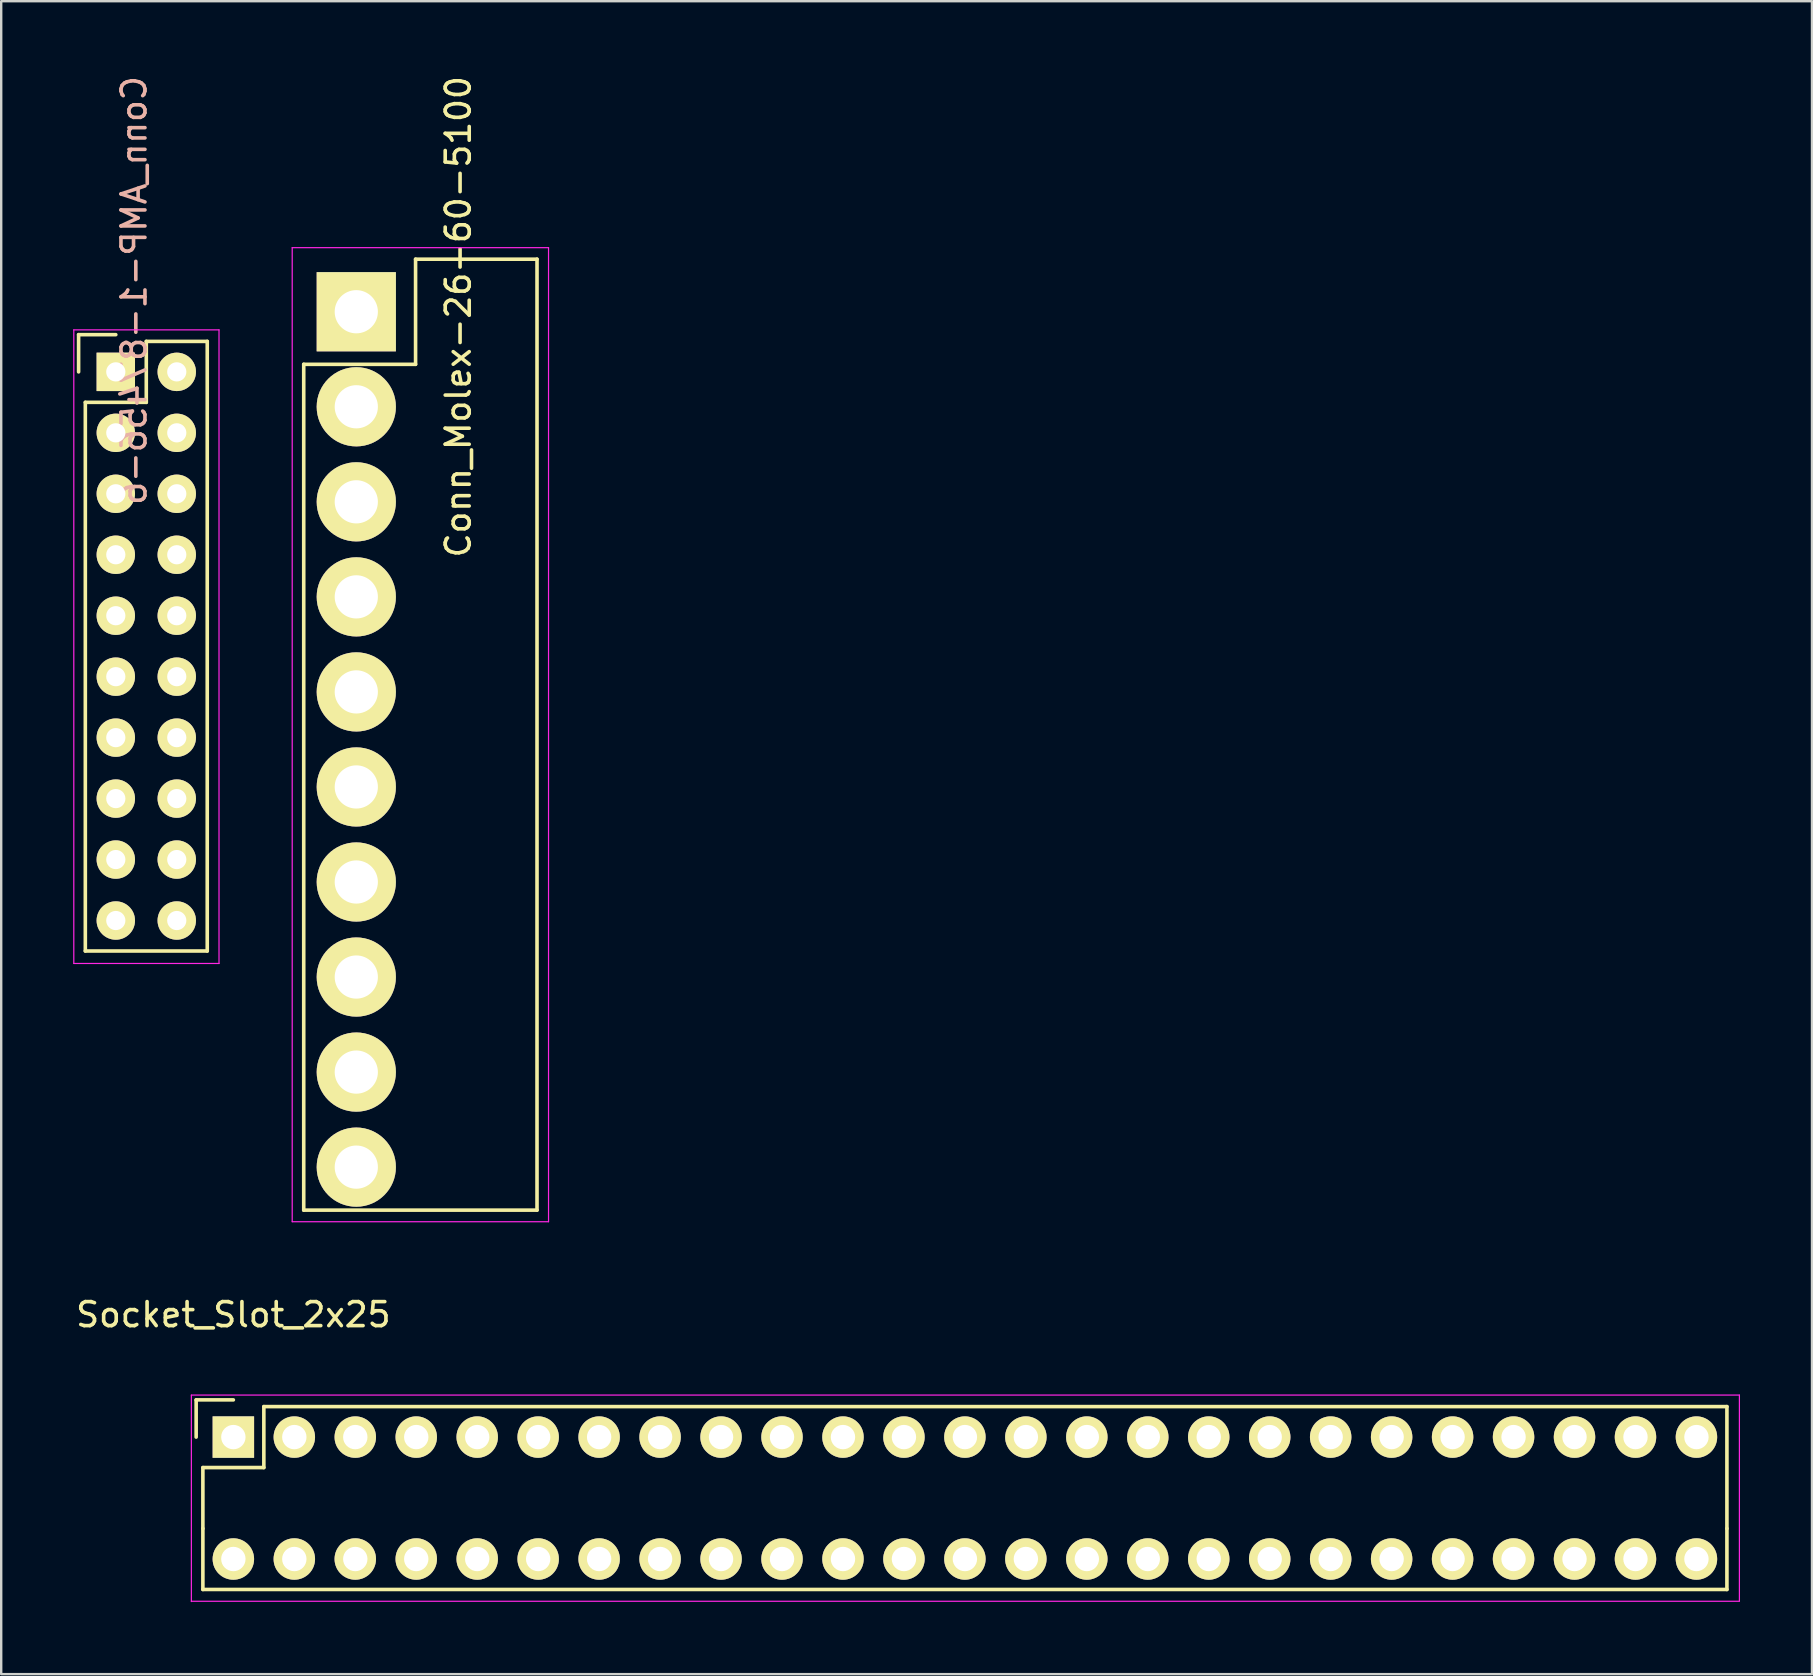
<source format=kicad_pcb>
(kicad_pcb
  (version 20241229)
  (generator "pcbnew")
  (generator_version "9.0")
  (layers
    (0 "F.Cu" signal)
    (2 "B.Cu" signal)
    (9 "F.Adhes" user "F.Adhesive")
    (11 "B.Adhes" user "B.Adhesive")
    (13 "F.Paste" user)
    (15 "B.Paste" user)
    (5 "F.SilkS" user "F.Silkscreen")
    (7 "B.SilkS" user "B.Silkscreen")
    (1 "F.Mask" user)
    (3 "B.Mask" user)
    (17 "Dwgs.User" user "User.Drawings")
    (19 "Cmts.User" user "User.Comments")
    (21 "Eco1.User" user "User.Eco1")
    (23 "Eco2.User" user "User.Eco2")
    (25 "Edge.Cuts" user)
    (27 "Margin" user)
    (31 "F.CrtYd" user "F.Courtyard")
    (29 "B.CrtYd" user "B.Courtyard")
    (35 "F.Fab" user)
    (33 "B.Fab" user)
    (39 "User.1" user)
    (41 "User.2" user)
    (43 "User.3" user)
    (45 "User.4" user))
  (footprint "Conn_AMP-1-87456-6"
    (layer "F.Cu")
    (at 1.775 12.444)
    (property "Reference" "Conn_AMP-1-87456-6" (at 0.76 -3.39 270) (layer "B.SilkS") (effects (font (size 1 1) (thickness 0.15)) (justify mirror)))
    (attr through_hole)
    (fp_line (start -1.55 -1.55) (end -1.55 0) (stroke (width 0.15) (type solid)) (layer "F.SilkS"))
    (fp_line (start -1.27 1.27) (end -1.27 24.13) (stroke (width 0.15) (type solid)) (layer "F.SilkS"))
    (fp_line (start 0 -1.55) (end -1.55 -1.55) (stroke (width 0.15) (type solid)) (layer "F.SilkS"))
    (fp_line (start 1.27 -1.27) (end 1.27 1.27) (stroke (width 0.15) (type solid)) (layer "F.SilkS"))
    (fp_line (start 1.27 1.27) (end -1.27 1.27) (stroke (width 0.15) (type solid)) (layer "F.SilkS"))
    (fp_line (start 3.81 -1.27) (end 1.27 -1.27) (stroke (width 0.15) (type solid)) (layer "F.SilkS"))
    (fp_line (start 3.81 24.13) (end -1.27 24.13) (stroke (width 0.15) (type solid)) (layer "F.SilkS"))
    (fp_line (start 3.81 24.13) (end 3.81 -1.27) (stroke (width 0.15) (type solid)) (layer "F.SilkS"))
    (fp_line (start -1.75 -1.75) (end -1.75 24.65) (stroke (width 0.05) (type solid)) (layer "F.CrtYd"))
    (fp_line (start -1.75 -1.75) (end 4.3 -1.75) (stroke (width 0.05) (type solid)) (layer "F.CrtYd"))
    (fp_line (start -1.75 24.65) (end 4.3 24.65) (stroke (width 0.05) (type solid)) (layer "F.CrtYd"))
    (fp_line (start 4.3 -1.75) (end 4.3 24.65) (stroke (width 0.05) (type solid)) (layer "F.CrtYd"))
    (pad "1" thru_hole rect (at 0 0) (size 1.6 1.6) (drill 0.8) (layers "*.Cu" "*.Mask" "F.SilkS"))
    (pad "2" thru_hole oval (at 2.54 0) (size 1.6 1.6) (drill 0.8) (layers "*.Cu" "*.Mask" "F.SilkS"))
    (pad "3" thru_hole oval (at 0 2.54) (size 1.6 1.6) (drill 0.8) (layers "*.Cu" "*.Mask" "F.SilkS"))
    (pad "4" thru_hole oval (at 2.54 2.54) (size 1.6 1.6) (drill 0.8) (layers "*.Cu" "*.Mask" "F.SilkS"))
    (pad "5" thru_hole oval (at 0 5.08) (size 1.6 1.6) (drill 0.8) (layers "*.Cu" "*.Mask" "F.SilkS"))
    (pad "6" thru_hole oval (at 2.54 5.08) (size 1.6 1.6) (drill 0.8) (layers "*.Cu" "*.Mask" "F.SilkS"))
    (pad "7" thru_hole oval (at 0 7.62) (size 1.6 1.6) (drill 0.8) (layers "*.Cu" "*.Mask" "F.SilkS"))
    (pad "8" thru_hole oval (at 2.54 7.62) (size 1.6 1.6) (drill 0.8) (layers "*.Cu" "*.Mask" "F.SilkS"))
    (pad "9" thru_hole oval (at 0 10.16) (size 1.6 1.6) (drill 0.8) (layers "*.Cu" "*.Mask" "F.SilkS"))
    (pad "10" thru_hole oval (at 2.54 10.16) (size 1.6 1.6) (drill 0.8) (layers "*.Cu" "*.Mask" "F.SilkS"))
    (pad "11" thru_hole oval (at 0 12.7) (size 1.6 1.6) (drill 0.8) (layers "*.Cu" "*.Mask" "F.SilkS"))
    (pad "12" thru_hole oval (at 2.54 12.7) (size 1.6 1.6) (drill 0.8) (layers "*.Cu" "*.Mask" "F.SilkS"))
    (pad "13" thru_hole oval (at 0 15.24) (size 1.6 1.6) (drill 0.8) (layers "*.Cu" "*.Mask" "F.SilkS"))
    (pad "14" thru_hole oval (at 2.54 15.24) (size 1.6 1.6) (drill 0.8) (layers "*.Cu" "*.Mask" "F.SilkS"))
    (pad "15" thru_hole oval (at 0 17.78) (size 1.6 1.6) (drill 0.8) (layers "*.Cu" "*.Mask" "F.SilkS"))
    (pad "16" thru_hole oval (at 2.54 17.78) (size 1.6 1.6) (drill 0.8) (layers "*.Cu" "*.Mask" "F.SilkS"))
    (pad "17" thru_hole oval (at 0 20.32) (size 1.6 1.6) (drill 0.8) (layers "*.Cu" "*.Mask" "F.SilkS"))
    (pad "18" thru_hole oval (at 2.54 20.32) (size 1.6 1.6) (drill 0.8) (layers "*.Cu" "*.Mask" "F.SilkS"))
    (pad "19" thru_hole oval (at 0 22.86) (size 1.6 1.6) (drill 0.8) (layers "*.Cu" "*.Mask" "F.SilkS"))
    (pad "20" thru_hole oval (at 2.54 22.86) (size 1.6 1.6) (drill 0.8) (layers "*.Cu" "*.Mask" "F.SilkS")))
  (footprint "Socket_Slot_2x25"
    (layer "F.Cu")
    (at 6.673 56.827)
    (property "Reference" "Socket_Slot_2x25" (at 0 -5.1 0) (layer "F.SilkS") (effects (font (size 1 1) (thickness 0.15))))
    (attr through_hole)
    (fp_line (start -1.55 -1.55) (end -1.55 0) (stroke (width 0.15) (type solid)) (layer "F.SilkS"))
    (fp_line (start -1.27 1.27) (end 1.27 1.27) (stroke (width 0.15) (type solid)) (layer "F.SilkS"))
    (fp_line (start -1.27 3.81) (end -1.27 1.27) (stroke (width 0.15) (type solid)) (layer "F.SilkS"))
    (fp_line (start -1.27 6.35) (end -1.27 3.81) (stroke (width 0.15) (type solid)) (layer "F.SilkS"))
    (fp_line (start 0 -1.55) (end -1.55 -1.55) (stroke (width 0.15) (type solid)) (layer "F.SilkS"))
    (fp_line (start 1.27 -1.27) (end 62.23 -1.27) (stroke (width 0.15) (type solid)) (layer "F.SilkS"))
    (fp_line (start 1.27 1.27) (end 1.27 -1.27) (stroke (width 0.15) (type solid)) (layer "F.SilkS"))
    (fp_line (start 62.23 3.81) (end 62.23 -1.27) (stroke (width 0.15) (type solid)) (layer "F.SilkS"))
    (fp_line (start 62.23 3.81) (end 62.23 6.35) (stroke (width 0.15) (type solid)) (layer "F.SilkS"))
    (fp_line (start 62.23 6.35) (end -1.27 6.35) (stroke (width 0.15) (type solid)) (layer "F.SilkS"))
    (fp_line (start -1.75 -1.75) (end -1.75 6.853) (stroke (width 0.05) (type solid)) (layer "F.CrtYd"))
    (fp_line (start -1.75 -1.75) (end 62.75 -1.75) (stroke (width 0.05) (type solid)) (layer "F.CrtYd"))
    (fp_line (start -1.75 6.84) (end 62.75 6.84) (stroke (width 0.05) (type solid)) (layer "F.CrtYd"))
    (fp_line (start 62.75 -1.75) (end 62.75 6.83) (stroke (width 0.05) (type solid)) (layer "F.CrtYd"))
    (pad "1" thru_hole rect (at 0 0) (size 1.727 1.727) (drill 1.016) (layers "*.Cu" "*.Mask" "F.SilkS"))
    (pad "2" thru_hole oval (at 0 5.08) (size 1.727 1.727) (drill 1.016) (layers "*.Cu" "*.Mask" "F.SilkS"))
    (pad "3" thru_hole oval (at 2.54 0) (size 1.727 1.727) (drill 1.016) (layers "*.Cu" "*.Mask" "F.SilkS"))
    (pad "4" thru_hole oval (at 2.54 5.08) (size 1.727 1.727) (drill 1.016) (layers "*.Cu" "*.Mask" "F.SilkS"))
    (pad "5" thru_hole oval (at 5.08 0) (size 1.727 1.727) (drill 1.016) (layers "*.Cu" "*.Mask" "F.SilkS"))
    (pad "6" thru_hole oval (at 5.08 5.08) (size 1.727 1.727) (drill 1.016) (layers "*.Cu" "*.Mask" "F.SilkS"))
    (pad "7" thru_hole oval (at 7.62 0) (size 1.727 1.727) (drill 1.016) (layers "*.Cu" "*.Mask" "F.SilkS"))
    (pad "8" thru_hole oval (at 7.62 5.08) (size 1.727 1.727) (drill 1.016) (layers "*.Cu" "*.Mask" "F.SilkS"))
    (pad "9" thru_hole oval (at 10.16 0) (size 1.727 1.727) (drill 1.016) (layers "*.Cu" "*.Mask" "F.SilkS"))
    (pad "10" thru_hole oval (at 10.16 5.08) (size 1.727 1.727) (drill 1.016) (layers "*.Cu" "*.Mask" "F.SilkS"))
    (pad "11" thru_hole oval (at 12.7 0) (size 1.727 1.727) (drill 1.016) (layers "*.Cu" "*.Mask" "F.SilkS"))
    (pad "12" thru_hole oval (at 12.7 5.08) (size 1.727 1.727) (drill 1.016) (layers "*.Cu" "*.Mask" "F.SilkS"))
    (pad "13" thru_hole oval (at 15.24 0) (size 1.727 1.727) (drill 1.016) (layers "*.Cu" "*.Mask" "F.SilkS"))
    (pad "14" thru_hole oval (at 15.24 5.08) (size 1.727 1.727) (drill 1.016) (layers "*.Cu" "*.Mask" "F.SilkS"))
    (pad "15" thru_hole oval (at 17.78 0) (size 1.727 1.727) (drill 1.016) (layers "*.Cu" "*.Mask" "F.SilkS"))
    (pad "16" thru_hole oval (at 17.78 5.08) (size 1.727 1.727) (drill 1.016) (layers "*.Cu" "*.Mask" "F.SilkS"))
    (pad "17" thru_hole oval (at 20.32 0) (size 1.727 1.727) (drill 1.016) (layers "*.Cu" "*.Mask" "F.SilkS"))
    (pad "18" thru_hole oval (at 20.32 5.08) (size 1.727 1.727) (drill 1.016) (layers "*.Cu" "*.Mask" "F.SilkS"))
    (pad "19" thru_hole oval (at 22.86 0) (size 1.727 1.727) (drill 1.016) (layers "*.Cu" "*.Mask" "F.SilkS"))
    (pad "20" thru_hole oval (at 22.86 5.08) (size 1.727 1.727) (drill 1.016) (layers "*.Cu" "*.Mask" "F.SilkS"))
    (pad "21" thru_hole oval (at 25.4 0) (size 1.727 1.727) (drill 1.016) (layers "*.Cu" "*.Mask" "F.SilkS"))
    (pad "22" thru_hole oval (at 25.4 5.08) (size 1.727 1.727) (drill 1.016) (layers "*.Cu" "*.Mask" "F.SilkS"))
    (pad "23" thru_hole oval (at 27.94 0) (size 1.727 1.727) (drill 1.016) (layers "*.Cu" "*.Mask" "F.SilkS"))
    (pad "24" thru_hole oval (at 27.94 5.08) (size 1.727 1.727) (drill 1.016) (layers "*.Cu" "*.Mask" "F.SilkS"))
    (pad "25" thru_hole oval (at 30.48 0) (size 1.727 1.727) (drill 1.016) (layers "*.Cu" "*.Mask" "F.SilkS"))
    (pad "26" thru_hole oval (at 30.48 5.08) (size 1.727 1.727) (drill 1.016) (layers "*.Cu" "*.Mask" "F.SilkS"))
    (pad "27" thru_hole oval (at 33.02 0) (size 1.727 1.727) (drill 1.016) (layers "*.Cu" "*.Mask" "F.SilkS"))
    (pad "28" thru_hole oval (at 33.02 5.08) (size 1.727 1.727) (drill 1.016) (layers "*.Cu" "*.Mask" "F.SilkS"))
    (pad "29" thru_hole oval (at 35.56 0) (size 1.727 1.727) (drill 1.016) (layers "*.Cu" "*.Mask" "F.SilkS"))
    (pad "30" thru_hole oval (at 35.56 5.08) (size 1.727 1.727) (drill 1.016) (layers "*.Cu" "*.Mask" "F.SilkS"))
    (pad "31" thru_hole oval (at 38.1 0) (size 1.727 1.727) (drill 1.016) (layers "*.Cu" "*.Mask" "F.SilkS"))
    (pad "32" thru_hole oval (at 38.1 5.08) (size 1.727 1.727) (drill 1.016) (layers "*.Cu" "*.Mask" "F.SilkS"))
    (pad "33" thru_hole oval (at 40.64 0) (size 1.727 1.727) (drill 1.016) (layers "*.Cu" "*.Mask" "F.SilkS"))
    (pad "34" thru_hole oval (at 40.64 5.08) (size 1.727 1.727) (drill 1.016) (layers "*.Cu" "*.Mask" "F.SilkS"))
    (pad "35" thru_hole oval (at 43.18 0) (size 1.727 1.727) (drill 1.016) (layers "*.Cu" "*.Mask" "F.SilkS"))
    (pad "36" thru_hole oval (at 43.18 5.08) (size 1.727 1.727) (drill 1.016) (layers "*.Cu" "*.Mask" "F.SilkS"))
    (pad "37" thru_hole oval (at 45.72 0) (size 1.727 1.727) (drill 1.016) (layers "*.Cu" "*.Mask" "F.SilkS"))
    (pad "38" thru_hole oval (at 45.72 5.08) (size 1.727 1.727) (drill 1.016) (layers "*.Cu" "*.Mask" "F.SilkS"))
    (pad "39" thru_hole oval (at 48.26 0) (size 1.727 1.727) (drill 1.016) (layers "*.Cu" "*.Mask" "F.SilkS"))
    (pad "40" thru_hole oval (at 48.26 5.08) (size 1.727 1.727) (drill 1.016) (layers "*.Cu" "*.Mask" "F.SilkS"))
    (pad "41" thru_hole oval (at 50.8 0) (size 1.727 1.727) (drill 1.016) (layers "*.Cu" "*.Mask" "F.SilkS"))
    (pad "42" thru_hole oval (at 50.8 5.08) (size 1.727 1.727) (drill 1.016) (layers "*.Cu" "*.Mask" "F.SilkS"))
    (pad "43" thru_hole oval (at 53.34 0) (size 1.727 1.727) (drill 1.016) (layers "*.Cu" "*.Mask" "F.SilkS"))
    (pad "44" thru_hole oval (at 53.34 5.08) (size 1.727 1.727) (drill 1.016) (layers "*.Cu" "*.Mask" "F.SilkS"))
    (pad "45" thru_hole oval (at 55.88 0) (size 1.727 1.727) (drill 1.016) (layers "*.Cu" "*.Mask" "F.SilkS"))
    (pad "46" thru_hole oval (at 55.88 5.08) (size 1.727 1.727) (drill 1.016) (layers "*.Cu" "*.Mask" "F.SilkS"))
    (pad "47" thru_hole oval (at 58.42 0) (size 1.727 1.727) (drill 1.016) (layers "*.Cu" "*.Mask" "F.SilkS"))
    (pad "48" thru_hole oval (at 58.42 5.08) (size 1.727 1.727) (drill 1.016) (layers "*.Cu" "*.Mask" "F.SilkS"))
    (pad "49" thru_hole oval (at 60.96 0) (size 1.727 1.727) (drill 1.016) (layers "*.Cu" "*.Mask" "F.SilkS"))
    (pad "50" thru_hole oval (at 60.96 5.08) (size 1.727 1.727) (drill 1.016) (layers "*.Cu" "*.Mask" "F.SilkS")))
  (footprint "Conn_Molex-26-60-5100"
    (layer "F.Cu")
    (at 11.795 9.939)
    (property "Reference" "Conn_Molex-26-60-5100" (at 4.25 0.21 90) (layer "F.SilkS") (effects (font (size 1 1) (thickness 0.15))))
    (attr through_hole)
    (fp_line (start -2.19 37.432) (end -2.19 2.19) (stroke (width 0.15) (type solid)) (layer "F.SilkS"))
    (fp_line (start 2.47 -2.19) (end 2.47 2.19) (stroke (width 0.15) (type solid)) (layer "F.SilkS"))
    (fp_line (start 2.47 -2.19) (end 7.53 -2.19) (stroke (width 0.15) (type solid)) (layer "F.SilkS"))
    (fp_line (start 2.47 2.19) (end -2.19 2.19) (stroke (width 0.15) (type solid)) (layer "F.SilkS"))
    (fp_line (start 7.53 -2.19) (end 7.53 37.432) (stroke (width 0.15) (type solid)) (layer "F.SilkS"))
    (fp_line (start 7.53 37.432) (end -2.19 37.432) (stroke (width 0.15) (type solid)) (layer "F.SilkS"))
    (fp_line (start -2.67 -2.67) (end -2.67 37.915) (stroke (width 0.05) (type solid)) (layer "F.CrtYd"))
    (fp_line (start -2.67 -2.67) (end 8.01 -2.67) (stroke (width 0.05) (type solid)) (layer "F.CrtYd"))
    (fp_line (start -2.67 37.915) (end 8.01 37.915) (stroke (width 0.05) (type solid)) (layer "F.CrtYd"))
    (fp_line (start 8.01 -2.67) (end 8.01 37.915) (stroke (width 0.05) (type solid)) (layer "F.CrtYd"))
    (pad "1" thru_hole rect (at 0 0) (size 3.3 3.3) (drill 1.8) (layers "*.Cu" "*.Mask" "F.SilkS"))
    (pad "2" thru_hole oval (at 0 3.96) (size 3.3 3.3) (drill 1.8) (layers "*.Cu" "*.Mask" "F.SilkS"))
    (pad "3" thru_hole oval (at 0 7.92) (size 3.3 3.3) (drill 1.8) (layers "*.Cu" "*.Mask" "F.SilkS"))
    (pad "4" thru_hole oval (at 0 11.88) (size 3.3 3.3) (drill 1.8) (layers "*.Cu" "*.Mask" "F.SilkS"))
    (pad "5" thru_hole oval (at 0 15.84) (size 3.3 3.3) (drill 1.8) (layers "*.Cu" "*.Mask" "F.SilkS"))
    (pad "6" thru_hole oval (at 0 19.8) (size 3.3 3.3) (drill 1.8) (layers "*.Cu" "*.Mask" "F.SilkS"))
    (pad "7" thru_hole oval (at 0 23.76) (size 3.3 3.3) (drill 1.8) (layers "*.Cu" "*.Mask" "F.SilkS"))
    (pad "8" thru_hole oval (at 0 27.72) (size 3.3 3.3) (drill 1.8) (layers "*.Cu" "*.Mask" "F.SilkS"))
    (pad "9" thru_hole oval (at 0 31.68) (size 3.3 3.3) (drill 1.8) (layers "*.Cu" "*.Mask" "F.SilkS"))
    (pad "10" thru_hole oval (at 0 35.64) (size 3.3 3.3) (drill 1.8) (layers "*.Cu" "*.Mask" "F.SilkS")))
  (gr_rect
    (start -3 -3)
    (end 72.448 66.705)
    (stroke (width 0.1) (type default))
    (fill no)
    (layer "Edge.Cuts")))
</source>
